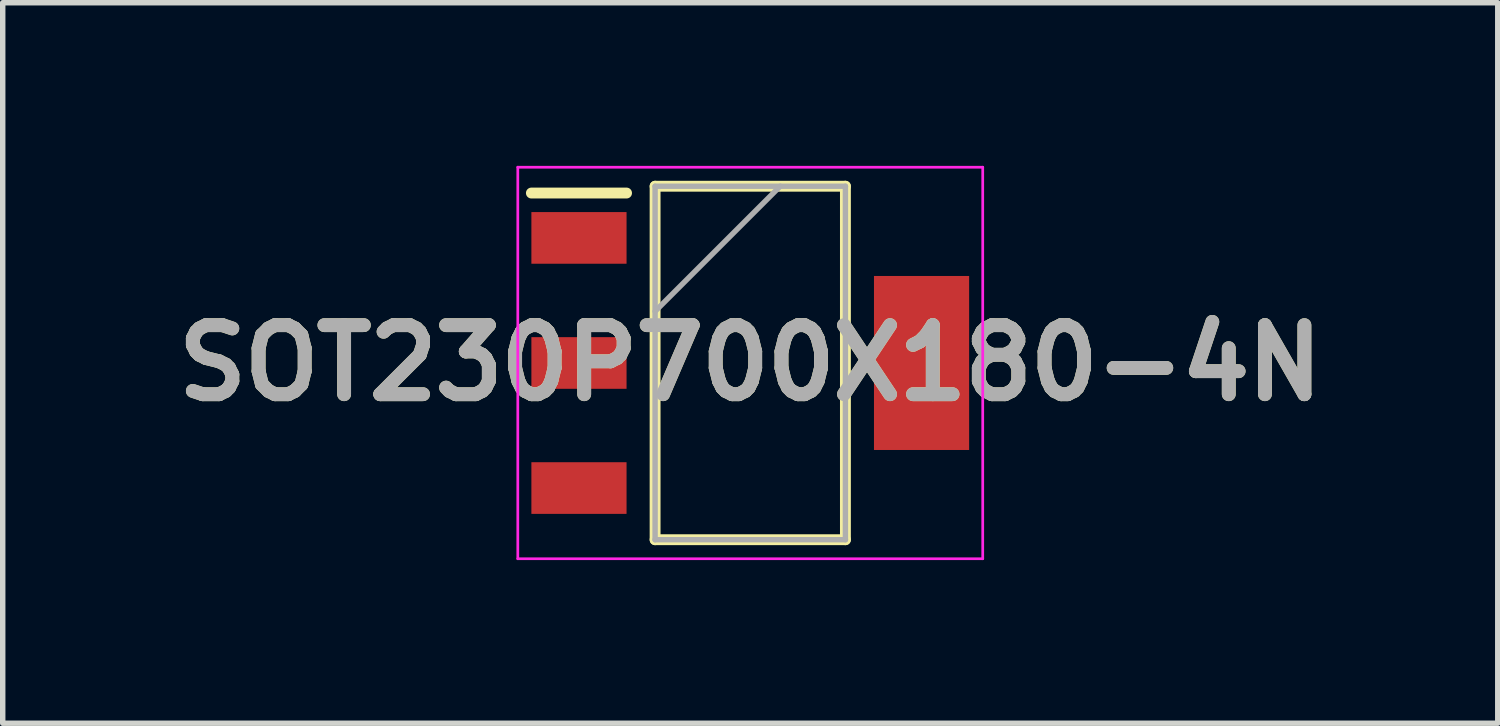
<source format=kicad_pcb>
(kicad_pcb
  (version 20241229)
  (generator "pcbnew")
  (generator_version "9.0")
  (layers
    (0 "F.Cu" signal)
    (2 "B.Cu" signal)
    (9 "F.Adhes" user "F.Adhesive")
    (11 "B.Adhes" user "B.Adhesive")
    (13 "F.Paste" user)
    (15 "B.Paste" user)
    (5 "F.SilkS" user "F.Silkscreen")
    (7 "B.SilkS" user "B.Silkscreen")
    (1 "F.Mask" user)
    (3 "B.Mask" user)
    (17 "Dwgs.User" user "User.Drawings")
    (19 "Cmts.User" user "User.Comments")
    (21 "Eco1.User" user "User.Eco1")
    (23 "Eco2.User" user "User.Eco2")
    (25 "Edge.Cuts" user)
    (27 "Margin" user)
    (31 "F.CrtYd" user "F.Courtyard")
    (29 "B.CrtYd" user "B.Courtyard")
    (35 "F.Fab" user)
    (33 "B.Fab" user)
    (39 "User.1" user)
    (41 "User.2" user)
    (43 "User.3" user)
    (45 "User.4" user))
  (footprint "SOT230P700X180-4N"
    (layer "F.Cu")
    (at 10.747 3.625)
    (property "Reference" "SOT230P700X180-4N" (at 0 0 0) (layer "F.SilkS") (effects (font (size 1.27 1.27) (thickness 0.254))))
    (attr smd)
    (fp_line (start -4.025 -3.125) (end -2.275 -3.125) (stroke (width 0.2) (type solid)) (layer "F.SilkS"))
    (fp_line (start -1.75 -3.25) (end 1.75 -3.25) (stroke (width 0.2) (type solid)) (layer "F.SilkS"))
    (fp_line (start -1.75 3.25) (end -1.75 -3.25) (stroke (width 0.2) (type solid)) (layer "F.SilkS"))
    (fp_line (start 1.75 -3.25) (end 1.75 3.25) (stroke (width 0.2) (type solid)) (layer "F.SilkS"))
    (fp_line (start 1.75 3.25) (end -1.75 3.25) (stroke (width 0.2) (type solid)) (layer "F.SilkS"))
    (fp_line (start -4.275 -3.6) (end 4.275 -3.6) (stroke (width 0.05) (type solid)) (layer "F.CrtYd"))
    (fp_line (start -4.275 3.6) (end -4.275 -3.6) (stroke (width 0.05) (type solid)) (layer "F.CrtYd"))
    (fp_line (start 4.275 -3.6) (end 4.275 3.6) (stroke (width 0.05) (type solid)) (layer "F.CrtYd"))
    (fp_line (start 4.275 3.6) (end -4.275 3.6) (stroke (width 0.05) (type solid)) (layer "F.CrtYd"))
    (fp_line (start -1.75 -3.25) (end 1.75 -3.25) (stroke (width 0.1) (type solid)) (layer "F.Fab"))
    (fp_line (start -1.75 -0.95) (end 0.55 -3.25) (stroke (width 0.1) (type solid)) (layer "F.Fab"))
    (fp_line (start -1.75 3.25) (end -1.75 -3.25) (stroke (width 0.1) (type solid)) (layer "F.Fab"))
    (fp_line (start 1.75 -3.25) (end 1.75 3.25) (stroke (width 0.1) (type solid)) (layer "F.Fab"))
    (fp_line (start 1.75 3.25) (end -1.75 3.25) (stroke (width 0.1) (type solid)) (layer "F.Fab"))
    (fp_text user "${REFERENCE}" (at 0 0 0) (layer "F.Fab") (effects (font (size 1.27 1.27) (thickness 0.254))))
    (pad "1" smd rect (at -3.15 -2.3 90) (size 0.95 1.75) (layers "F.Cu" "F.Mask" "F.Paste"))
    (pad "2" smd rect (at -3.15 0 90) (size 0.95 1.75) (layers "F.Cu" "F.Mask" "F.Paste"))
    (pad "3" smd rect (at -3.15 2.3 90) (size 0.95 1.75) (layers "F.Cu" "F.Mask" "F.Paste"))
    (pad "4" smd rect (at 3.15 0) (size 1.75 3.2) (layers "F.Cu" "F.Mask" "F.Paste")))
  (gr_rect
    (start -3 -3)
    (end 24.493 10.25)
    (stroke (width 0.1) (type default))
    (fill no)
    (layer "Edge.Cuts")))
</source>
